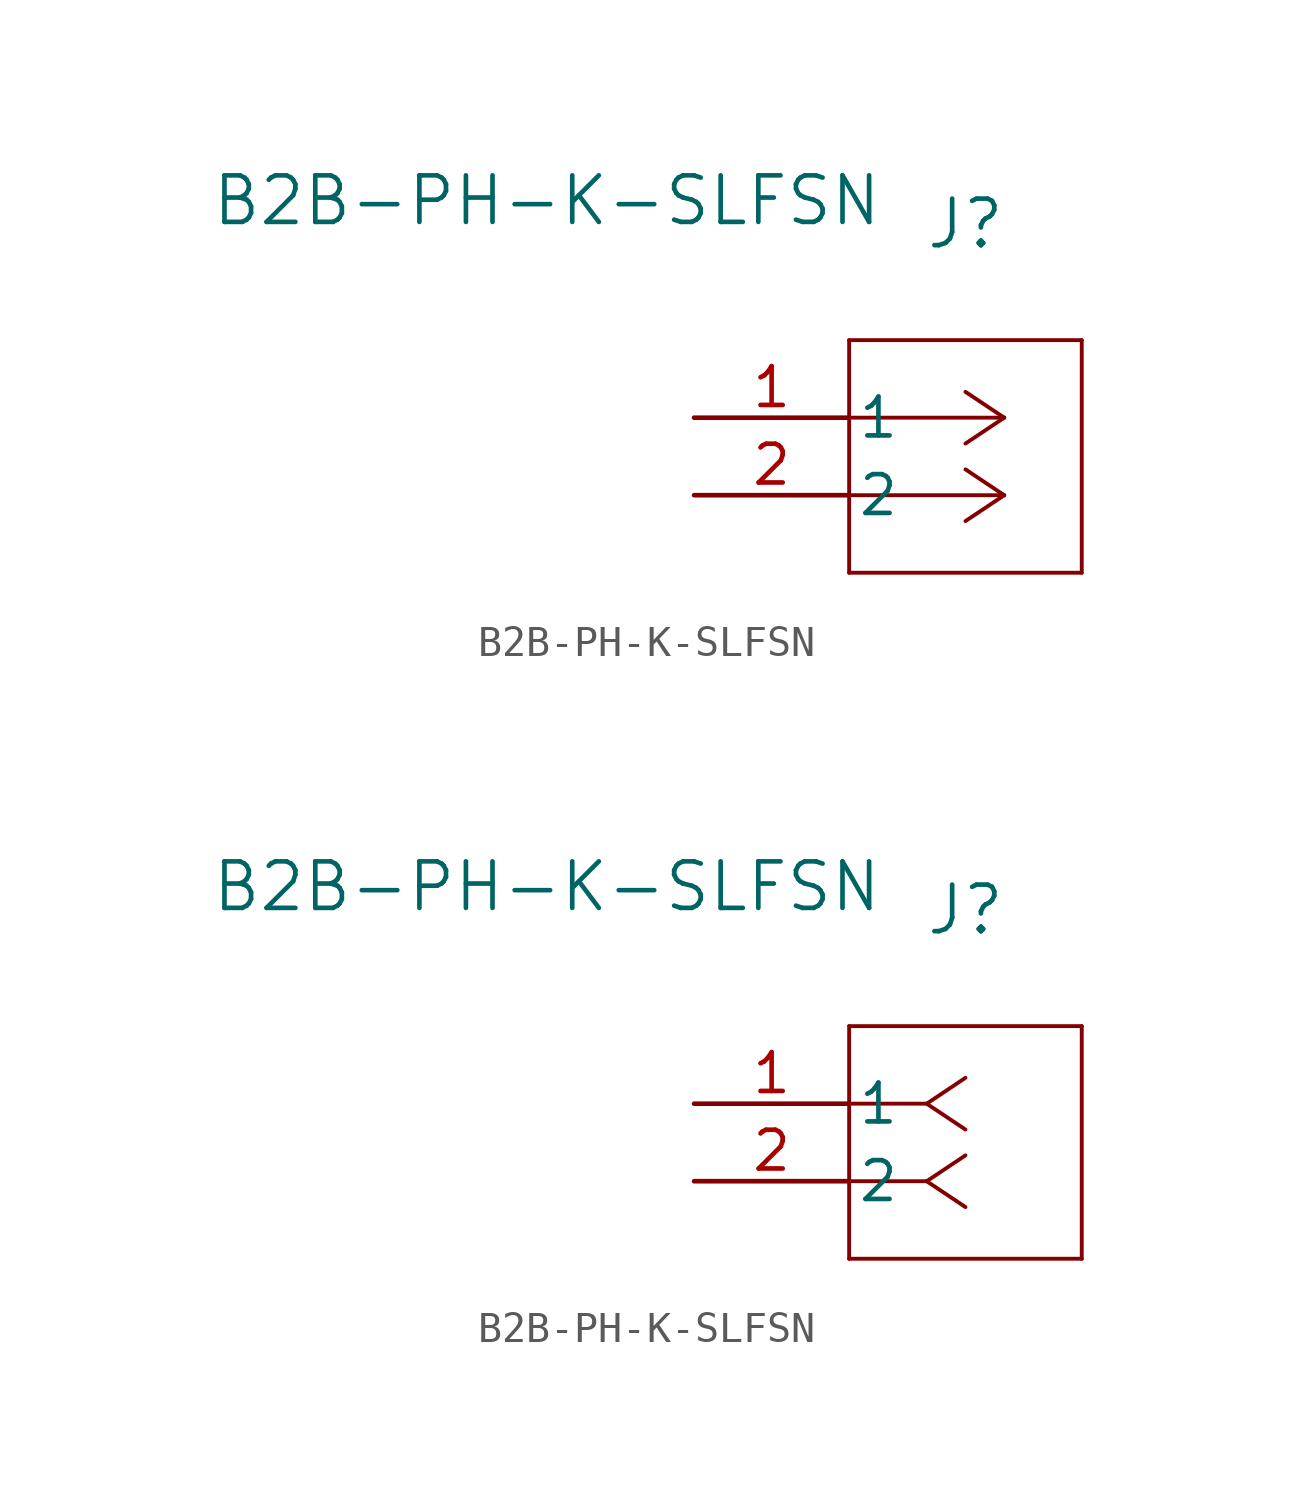
<source format=kicad_sym>
(kicad_symbol_lib
  (version 20231120)
  (generator "kicad_symbol_editor")
  (generator_version "8.0")
  (symbol "B2B-PH-K-SLFSN"
    (pin_names
      (offset 0.254))
    (property "Reference" "J"
      (at 8.89 6.35 0)
      (effects (font (size 1.524 1.524))))
    (property "Value" "B2B-PH-K-SLFSN"
      (at -4.826 7.112 0)
      (effects (font (size 1.524 1.524))))
    (property "ki_locked" ""
      (at 0 0 0)
      (effects (font (size 1.27 1.27))))
    (symbol "B2B-PH-K-SLFSN_1_1"
      (polyline (pts (xy 5.08 -5.08) (xy 12.7 -5.08)) (stroke (width 0.127) (type default)) (fill (type none)))
      (polyline (pts (xy 5.08 2.54) (xy 5.08 -5.08)) (stroke (width 0.127) (type default)) (fill (type none)))
      (polyline (pts (xy 10.16 -2.54) (xy 5.08 -2.54)) (stroke (width 0.127) (type default)) (fill (type none)))
      (polyline (pts (xy 10.16 -2.54) (xy 8.89 -3.387)) (stroke (width 0.127) (type default)) (fill (type none)))
      (polyline (pts (xy 10.16 -2.54) (xy 8.89 -1.693)) (stroke (width 0.127) (type default)) (fill (type none)))
      (polyline (pts (xy 10.16 0) (xy 5.08 0)) (stroke (width 0.127) (type default)) (fill (type none)))
      (polyline (pts (xy 10.16 0) (xy 8.89 -0.847)) (stroke (width 0.127) (type default)) (fill (type none)))
      (polyline (pts (xy 10.16 0) (xy 8.89 0.847)) (stroke (width 0.127) (type default)) (fill (type none)))
      (polyline (pts (xy 12.7 -5.08) (xy 12.7 2.54)) (stroke (width 0.127) (type default)) (fill (type none)))
      (polyline (pts (xy 12.7 2.54) (xy 5.08 2.54)) (stroke (width 0.127) (type default)) (fill (type none)))
      (pin input line (at 0 0 0) (length 5.08) (name "1" (effects (font (size 1.27 1.27)))) (number "1" (effects (font (size 1.27 1.27)))))
      (pin input line (at 0 -2.54 0) (length 5.08) (name "2" (effects (font (size 1.27 1.27)))) (number "2" (effects (font (size 1.27 1.27))))))
    (symbol "B2B-PH-K-SLFSN_1_2"
      (polyline (pts (xy 5.08 -5.08) (xy 12.7 -5.08)) (stroke (width 0.127) (type default)) (fill (type none)))
      (polyline (pts (xy 5.08 2.54) (xy 5.08 -5.08)) (stroke (width 0.127) (type default)) (fill (type none)))
      (polyline (pts (xy 7.62 -2.54) (xy 5.08 -2.54)) (stroke (width 0.127) (type default)) (fill (type none)))
      (polyline (pts (xy 7.62 -2.54) (xy 8.89 -3.387)) (stroke (width 0.127) (type default)) (fill (type none)))
      (polyline (pts (xy 7.62 -2.54) (xy 8.89 -1.693)) (stroke (width 0.127) (type default)) (fill (type none)))
      (polyline (pts (xy 7.62 0) (xy 5.08 0)) (stroke (width 0.127) (type default)) (fill (type none)))
      (polyline (pts (xy 7.62 0) (xy 8.89 -0.847)) (stroke (width 0.127) (type default)) (fill (type none)))
      (polyline (pts (xy 7.62 0) (xy 8.89 0.847)) (stroke (width 0.127) (type default)) (fill (type none)))
      (polyline (pts (xy 12.7 -5.08) (xy 12.7 2.54)) (stroke (width 0.127) (type default)) (fill (type none)))
      (polyline (pts (xy 12.7 2.54) (xy 5.08 2.54)) (stroke (width 0.127) (type default)) (fill (type none)))
      (pin unspecified line (at 0 0 0) (length 5.08) (name "1" (effects (font (size 1.27 1.27)))) (number "1" (effects (font (size 1.27 1.27)))))
      (pin unspecified line (at 0 -2.54 0) (length 5.08) (name "2" (effects (font (size 1.27 1.27)))) (number "2" (effects (font (size 1.27 1.27))))))))
</source>
